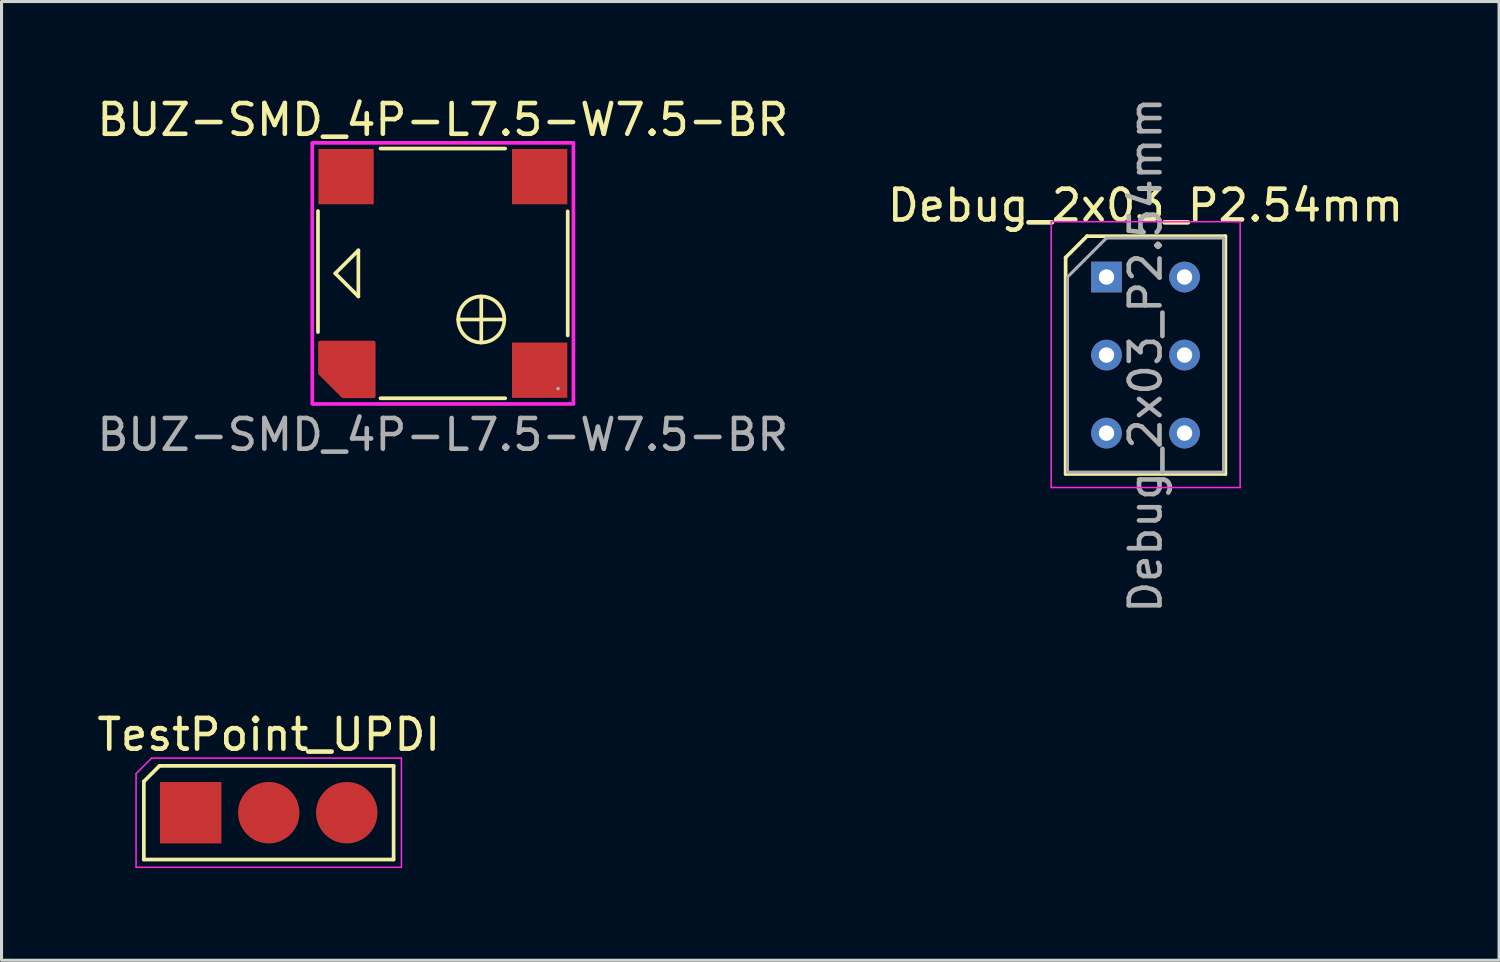
<source format=kicad_pcb>
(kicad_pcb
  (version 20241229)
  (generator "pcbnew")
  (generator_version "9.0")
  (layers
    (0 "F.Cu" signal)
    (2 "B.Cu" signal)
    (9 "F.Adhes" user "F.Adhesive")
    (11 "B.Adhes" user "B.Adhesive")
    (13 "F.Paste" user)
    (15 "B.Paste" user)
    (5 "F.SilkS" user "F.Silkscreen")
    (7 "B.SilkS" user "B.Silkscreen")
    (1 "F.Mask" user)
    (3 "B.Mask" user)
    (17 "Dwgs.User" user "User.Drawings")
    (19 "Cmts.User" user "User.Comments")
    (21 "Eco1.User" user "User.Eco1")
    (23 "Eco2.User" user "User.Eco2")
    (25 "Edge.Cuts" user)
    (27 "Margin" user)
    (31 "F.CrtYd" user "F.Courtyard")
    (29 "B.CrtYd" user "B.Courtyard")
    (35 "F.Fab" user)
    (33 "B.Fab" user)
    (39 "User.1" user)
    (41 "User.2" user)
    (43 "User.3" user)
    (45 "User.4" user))
  (footprint "Debug_2x03_P2.54mm"
    (layer "F.Cu")
    (at 32.962 5.966)
    (property "Reference" "Debug_2x03_P2.54mm" (at 1.27 -2.33 0) (layer "F.SilkS") (effects (font (size 1 1) (thickness 0.15))))
    (attr through_hole exclude_from_pos_files exclude_from_bom)
    (fp_line (start -1.33 -0.635) (end -1.33 6.41) (stroke (width 0.12) (type solid)) (layer "F.SilkS"))
    (fp_line (start -1.33 -0.635) (end -0.635 -1.33) (stroke (width 0.12) (type solid)) (layer "F.SilkS"))
    (fp_line (start -1.33 6.41) (end 3.87 6.41) (stroke (width 0.12) (type solid)) (layer "F.SilkS"))
    (fp_line (start -0.635 -1.33) (end 3.87 -1.33) (stroke (width 0.12) (type solid)) (layer "F.SilkS"))
    (fp_line (start 3.87 -1.33) (end 3.87 6.41) (stroke (width 0.12) (type solid)) (layer "F.SilkS"))
    (fp_line (start -1.8 -1.8) (end -1.8 6.85) (stroke (width 0.05) (type solid)) (layer "F.CrtYd"))
    (fp_line (start -1.8 6.85) (end 4.35 6.85) (stroke (width 0.05) (type solid)) (layer "F.CrtYd"))
    (fp_line (start 4.35 -1.8) (end -1.8 -1.8) (stroke (width 0.05) (type solid)) (layer "F.CrtYd"))
    (fp_line (start 4.35 6.85) (end 4.35 -1.8) (stroke (width 0.05) (type solid)) (layer "F.CrtYd"))
    (fp_line (start -1.27 0) (end 0 -1.27) (stroke (width 0.1) (type solid)) (layer "F.Fab"))
    (fp_line (start -1.27 6.35) (end -1.27 0) (stroke (width 0.1) (type solid)) (layer "F.Fab"))
    (fp_line (start 0 -1.27) (end 3.81 -1.27) (stroke (width 0.1) (type solid)) (layer "F.Fab"))
    (fp_line (start 3.81 -1.27) (end 3.81 6.35) (stroke (width 0.1) (type solid)) (layer "F.Fab"))
    (fp_line (start 3.81 6.35) (end -1.27 6.35) (stroke (width 0.1) (type solid)) (layer "F.Fab"))
    (fp_text user "${REFERENCE}" (at 1.27 2.54 90) (layer "F.Fab") (effects (font (size 1 1) (thickness 0.15))))
    (pad "1" thru_hole rect (at 0 0) (size 1 1) (drill 0.5) (layers "*.Cu" "*.Mask"))
    (pad "2" thru_hole circle (at 2.54 0) (size 1 1) (drill 0.5) (layers "*.Cu" "*.Mask"))
    (pad "3" thru_hole circle (at 0 2.54) (size 1 1) (drill 0.5) (layers "*.Cu" "*.Mask"))
    (pad "4" thru_hole circle (at 2.54 2.54) (size 1 1) (drill 0.5) (layers "*.Cu" "*.Mask"))
    (pad "5" thru_hole circle (at 0 5.08) (size 1 1) (drill 0.5) (layers "*.Cu" "*.Mask"))
    (pad "6" thru_hole circle (at 2.54 5.08) (size 1 1) (drill 0.5) (layers "*.Cu" "*.Mask")))
  (footprint "TestPoint_UPDI"
    (layer "F.Cu")
    (at 3.156 23.4)
    (property "Reference" "TestPoint_UPDI" (at 2.54 -2.54 0) (unlocked yes) (layer "F.SilkS") (effects (font (size 1 1) (thickness 0.15))))
    (fp_line (start -1.524 -1.016) (end -1.016 -1.524) (stroke (width 0.12) (type default)) (layer "F.SilkS"))
    (fp_line (start -1.524 1.524) (end -1.524 -1.016) (stroke (width 0.12) (type solid)) (layer "F.SilkS"))
    (fp_line (start -1.016 -1.524) (end 6.604 -1.524) (stroke (width 0.12) (type solid)) (layer "F.SilkS"))
    (fp_line (start 6.604 -1.524) (end 6.604 1.524) (stroke (width 0.12) (type solid)) (layer "F.SilkS"))
    (fp_line (start 6.604 1.524) (end -1.524 1.524) (stroke (width 0.12) (type solid)) (layer "F.SilkS"))
    (fp_line (start -1.778 -1.27) (end -1.778 1.778) (stroke (width 0.05) (type solid)) (layer "F.CrtYd"))
    (fp_line (start -1.27 -1.778) (end -1.778 -1.27) (stroke (width 0.05) (type default)) (layer "F.CrtYd"))
    (fp_line (start -1.27 -1.778) (end 6.858 -1.778) (stroke (width 0.05) (type solid)) (layer "F.CrtYd"))
    (fp_line (start 6.858 1.778) (end -1.778 1.778) (stroke (width 0.05) (type solid)) (layer "F.CrtYd"))
    (fp_line (start 6.858 1.778) (end 6.858 -1.778) (stroke (width 0.05) (type solid)) (layer "F.CrtYd"))
    (pad "1" connect rect (at 0 0) (size 2 2) (layers "F.Cu" "F.Mask"))
    (pad "2" connect circle (at 2.54 0) (size 2 2) (layers "F.Cu" "F.Mask"))
    (pad "3" connect circle (at 5.08 0) (size 2 2) (layers "F.Cu" "F.Mask")))
  (footprint "BUZ-SMD_4P-L7.5-W7.5-BR"
    (layer "F.Cu")
    (at 11.363 5.848)
    (property "Reference" "BUZ-SMD_4P-L7.5-W7.5-BR" (at 0 -5 0) (layer "F.SilkS") (effects (font (size 1 1) (thickness 0.15))))
    (attr smd)
    (fp_line (start -4.064 -2.03) (end -4.064 1.91) (stroke (width 0.12) (type solid)) (layer "F.SilkS"))
    (fp_line (start -3.5 0) (end -2.75 -0.75) (stroke (width 0.12) (type solid)) (layer "F.SilkS"))
    (fp_line (start -2.75 -0.75) (end -2.75 0.75) (stroke (width 0.12) (type solid)) (layer "F.SilkS"))
    (fp_line (start -2.75 0.75) (end -3.5 0) (stroke (width 0.12) (type solid)) (layer "F.SilkS"))
    (fp_line (start -2.03 4.064) (end 2.03 4.064) (stroke (width 0.12) (type solid)) (layer "F.SilkS"))
    (fp_line (start 0.5 1.5) (end 2 1.5) (stroke (width 0.12) (type solid)) (layer "F.SilkS"))
    (fp_line (start 1.25 0.75) (end 1.25 2.25) (stroke (width 0.12) (type solid)) (layer "F.SilkS"))
    (fp_line (start 2.03 -4.064) (end -2.03 -4.064) (stroke (width 0.12) (type solid)) (layer "F.SilkS"))
    (fp_line (start 4.064 2.02) (end 4.064 -2.02) (stroke (width 0.12) (type solid)) (layer "F.SilkS"))
    (fp_circle (center 1.25 1.5) (end 2 1.5) (stroke (width 0.12) (type solid)) (fill no) (layer "F.SilkS"))
    (fp_rect (start -4.25 -4.25) (end 4.25 4.25) (stroke (width 0.12) (type default)) (fill no) (layer "F.CrtYd"))
    (fp_circle (center 3.75 3.75) (end 3.78 3.75) (stroke (width 0.06) (type solid)) (fill no) (layer "F.Fab"))
    (fp_text user "${REFERENCE}" (at 0 5.25 0) (layer "F.Fab") (effects (font (size 1 1) (thickness 0.15))))
    (pad "" smd rect (at -3.15 -3.15) (size 1.8 1.8) (layers "F.Cu" "F.Mask" "F.Paste"))
    (pad "" smd custom (at -2.875 2.875) (size 1.25 1.25) (layers "F.Cu" "F.Mask" "F.Paste") (options (anchor rect)) (primitives (gr_poly (pts (xy 0.625 1.125) (xy -0.375 1.125) (xy -1.125 0.375) (xy -1.125 -0.625) (xy 0.625 -0.625)) (width 0.12) (fill yes))))
    (pad "1" smd rect (at 3.15 3.15) (size 1.8 1.8) (layers "F.Cu" "F.Mask" "F.Paste"))
    (pad "2" smd rect (at 3.15 -3.15) (size 1.8 1.8) (layers "F.Cu" "F.Mask" "F.Paste")))
  (gr_rect
    (start -3 -3)
    (end 45.738 28.203)
    (stroke (width 0.1) (type default))
    (fill no)
    (layer "Edge.Cuts")))
</source>
